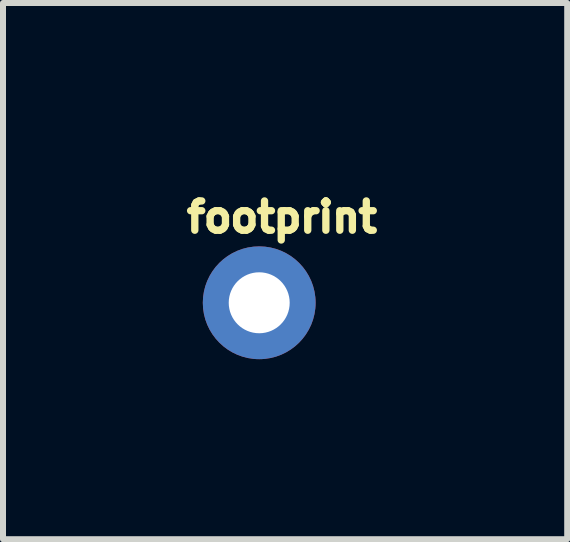
<source format=kicad_pcb>
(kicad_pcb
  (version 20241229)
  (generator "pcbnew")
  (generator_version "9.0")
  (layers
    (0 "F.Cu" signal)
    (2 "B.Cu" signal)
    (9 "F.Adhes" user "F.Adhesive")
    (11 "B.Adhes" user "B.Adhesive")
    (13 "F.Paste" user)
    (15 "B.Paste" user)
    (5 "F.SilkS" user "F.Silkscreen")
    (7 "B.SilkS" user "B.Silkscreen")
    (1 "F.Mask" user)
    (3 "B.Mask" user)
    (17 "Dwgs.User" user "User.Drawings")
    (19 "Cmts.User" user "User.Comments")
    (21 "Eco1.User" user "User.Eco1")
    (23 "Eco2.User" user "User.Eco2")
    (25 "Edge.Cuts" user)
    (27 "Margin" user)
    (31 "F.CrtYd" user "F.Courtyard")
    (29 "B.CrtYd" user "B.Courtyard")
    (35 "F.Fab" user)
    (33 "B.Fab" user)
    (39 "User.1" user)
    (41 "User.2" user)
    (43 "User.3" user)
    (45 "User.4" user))
  (footprint "footprint"
    (layer "F.Cu")
    (at 1.27 1.996)
    (property "Reference" "footprint" (at -1.27 -1.143 0) (layer "F.SilkS") (effects (font (size 0.488 0.488) (thickness 0.122)) (justify left bottom)))
    (fp_circle (center 0 0) (end 0.254 0) (stroke (width 0.508) (type solid)) (fill yes) (layer "F.Mask"))
    (fp_circle (center 0 0) (end 0.47 0) (stroke (width 0.94) (type solid)) (fill yes) (layer "B.Mask"))
    (pad "1" thru_hole circle (at 0 0 90) (size 1.88 1.88) (drill 1.016) (layers "*.Cu")))
  (gr_rect
    (start -3 -3)
    (end 6.403 5.936)
    (stroke (width 0.1) (type default))
    (fill no)
    (layer "Edge.Cuts")))
</source>
